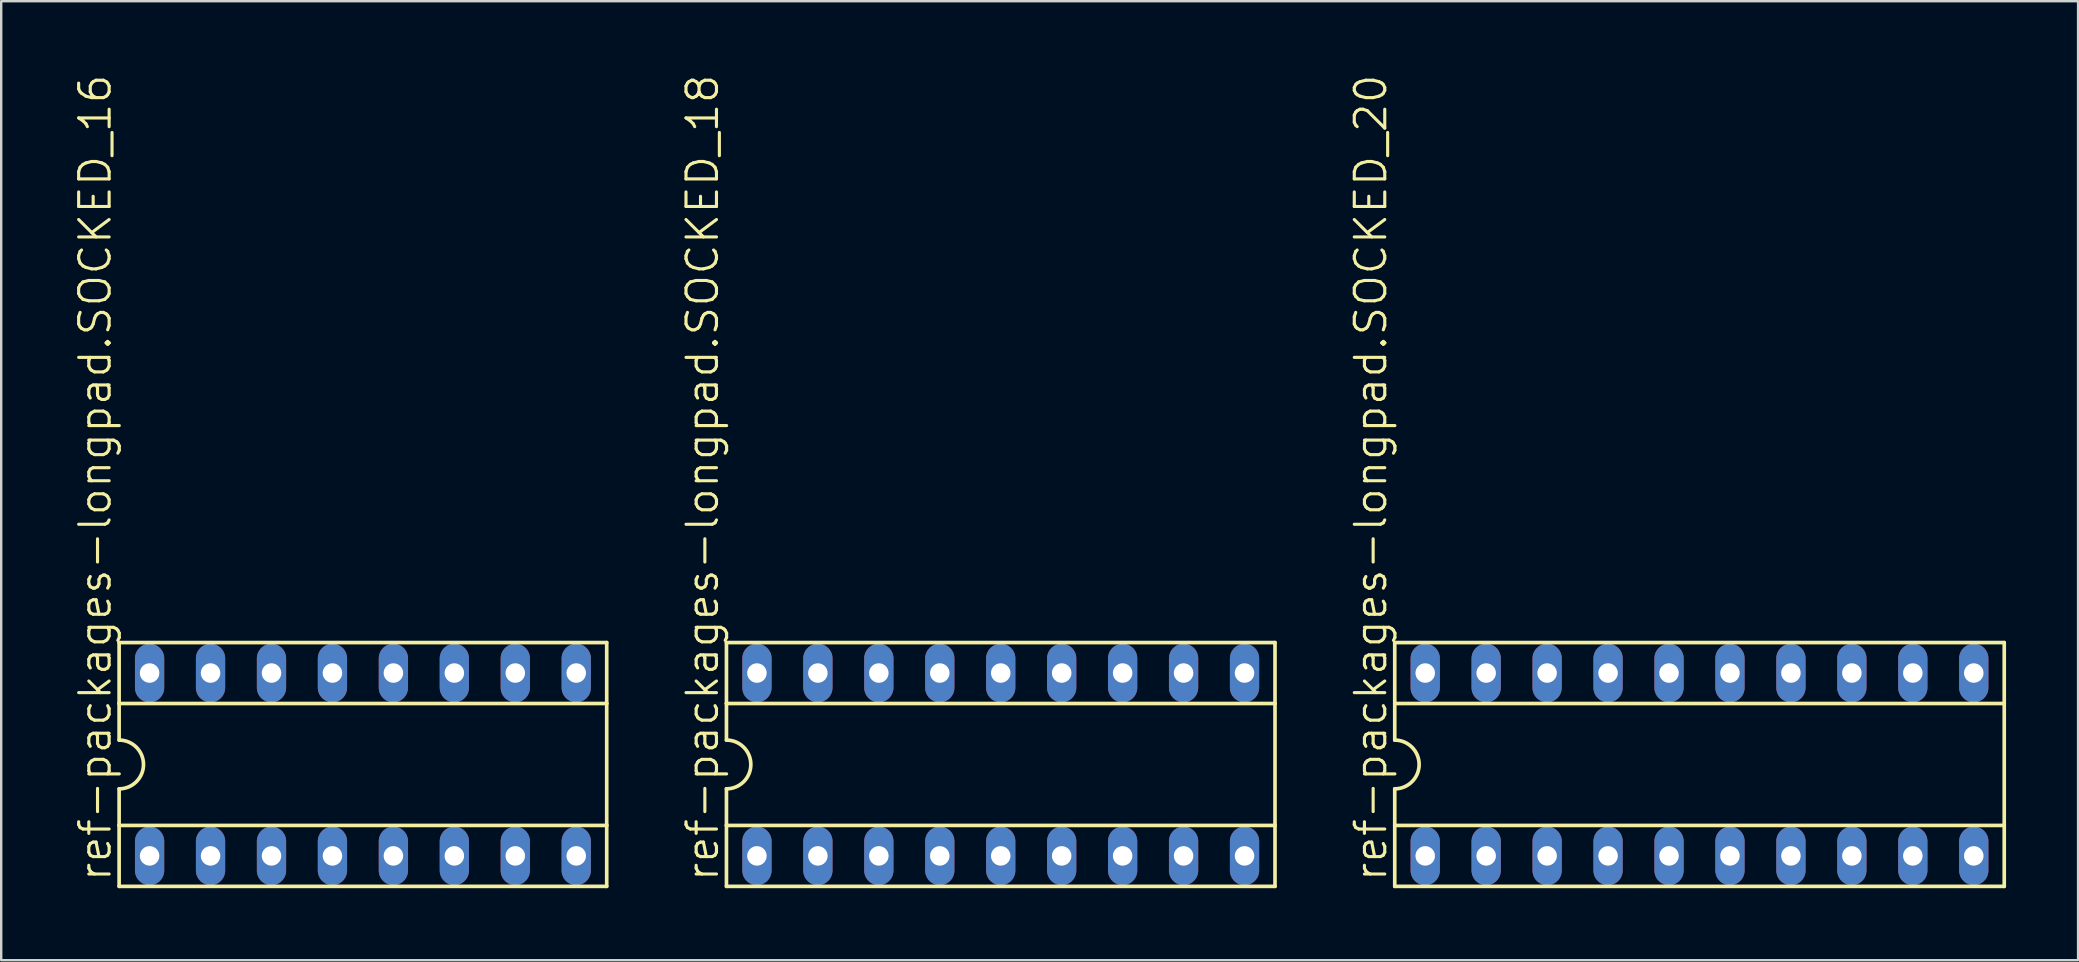
<source format=kicad_pcb>
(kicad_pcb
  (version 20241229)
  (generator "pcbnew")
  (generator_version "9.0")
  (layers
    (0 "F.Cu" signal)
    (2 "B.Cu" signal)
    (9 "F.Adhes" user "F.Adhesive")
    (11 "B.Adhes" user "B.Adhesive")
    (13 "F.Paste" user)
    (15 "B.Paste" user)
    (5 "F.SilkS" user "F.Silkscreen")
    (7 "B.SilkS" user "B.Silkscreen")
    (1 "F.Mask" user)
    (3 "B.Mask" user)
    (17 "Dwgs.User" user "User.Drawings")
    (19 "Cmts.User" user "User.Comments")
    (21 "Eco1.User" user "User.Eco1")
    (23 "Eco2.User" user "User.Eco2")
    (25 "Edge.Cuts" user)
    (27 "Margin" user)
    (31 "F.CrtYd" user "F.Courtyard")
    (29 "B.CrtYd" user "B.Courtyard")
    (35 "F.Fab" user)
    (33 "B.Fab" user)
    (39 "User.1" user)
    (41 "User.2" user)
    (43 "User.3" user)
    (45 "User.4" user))
  (footprint "ref-packages-longpad.SOCKED_16"
    (layer "F.Cu")
    (at 12.074 28.808)
    (property "Reference" "ref-packages-longpad.SOCKED_16" (at -10.414 4.953 90) (layer "F.SilkS") (effects (font (size 1.27 1.27) (thickness 0.13)) (justify left bottom)))
    (attr through_hole)
    (fp_line (start -10.16 -5.08) (end -10.16 -2.54) (stroke (width 0.152) (type default)) (layer "F.SilkS"))
    (fp_line (start -10.16 -2.54) (end -10.16 -1.016) (stroke (width 0.152) (type default)) (layer "F.SilkS"))
    (fp_line (start -10.16 -2.54) (end 10.16 -2.54) (stroke (width 0.152) (type default)) (layer "F.SilkS"))
    (fp_line (start -10.16 2.54) (end -10.16 1.016) (stroke (width 0.152) (type default)) (layer "F.SilkS"))
    (fp_line (start -10.16 2.54) (end 10.16 2.54) (stroke (width 0.152) (type default)) (layer "F.SilkS"))
    (fp_line (start -10.16 5.08) (end -10.16 2.54) (stroke (width 0.152) (type default)) (layer "F.SilkS"))
    (fp_line (start -10.16 5.08) (end 10.16 5.08) (stroke (width 0.152) (type default)) (layer "F.SilkS"))
    (fp_line (start 10.16 -5.08) (end -10.16 -5.08) (stroke (width 0.152) (type default)) (layer "F.SilkS"))
    (fp_line (start 10.16 -5.08) (end 10.16 -2.54) (stroke (width 0.152) (type default)) (layer "F.SilkS"))
    (fp_line (start 10.16 -2.54) (end 10.16 2.54) (stroke (width 0.152) (type default)) (layer "F.SilkS"))
    (fp_line (start 10.16 2.54) (end 10.16 5.08) (stroke (width 0.152) (type default)) (layer "F.SilkS"))
    (fp_arc (start -10.16 -1.016) (mid -9.144 0) (end -10.16 1.016) (stroke (width 0.1524) (type default)) (layer "F.SilkS"))
    (pad "1" thru_hole oval (at -8.89 3.81 90) (size 2.438 1.219) (drill 0.813) (layers "*.Cu" "*.Mask"))
    (pad "2" thru_hole oval (at -6.35 3.81 90) (size 2.438 1.219) (drill 0.813) (layers "*.Cu" "*.Mask"))
    (pad "3" thru_hole oval (at -3.81 3.81 90) (size 2.438 1.219) (drill 0.813) (layers "*.Cu" "*.Mask"))
    (pad "4" thru_hole oval (at -1.27 3.81 90) (size 2.438 1.219) (drill 0.813) (layers "*.Cu" "*.Mask"))
    (pad "5" thru_hole oval (at 1.27 3.81 90) (size 2.438 1.219) (drill 0.813) (layers "*.Cu" "*.Mask"))
    (pad "6" thru_hole oval (at 3.81 3.81 90) (size 2.438 1.219) (drill 0.813) (layers "*.Cu" "*.Mask"))
    (pad "7" thru_hole oval (at 6.35 3.81 90) (size 2.438 1.219) (drill 0.813) (layers "*.Cu" "*.Mask"))
    (pad "8" thru_hole oval (at 8.89 3.81 90) (size 2.438 1.219) (drill 0.813) (layers "*.Cu" "*.Mask"))
    (pad "9" thru_hole oval (at 8.89 -3.81 90) (size 2.438 1.219) (drill 0.813) (layers "*.Cu" "*.Mask"))
    (pad "10" thru_hole oval (at 6.35 -3.81 90) (size 2.438 1.219) (drill 0.813) (layers "*.Cu" "*.Mask"))
    (pad "11" thru_hole oval (at 3.81 -3.81 90) (size 2.438 1.219) (drill 0.813) (layers "*.Cu" "*.Mask"))
    (pad "12" thru_hole oval (at 1.27 -3.81 90) (size 2.438 1.219) (drill 0.813) (layers "*.Cu" "*.Mask"))
    (pad "13" thru_hole oval (at -1.27 -3.81 90) (size 2.438 1.219) (drill 0.813) (layers "*.Cu" "*.Mask"))
    (pad "14" thru_hole oval (at -3.81 -3.81 90) (size 2.438 1.219) (drill 0.813) (layers "*.Cu" "*.Mask"))
    (pad "15" thru_hole oval (at -6.35 -3.81 90) (size 2.438 1.219) (drill 0.813) (layers "*.Cu" "*.Mask"))
    (pad "16" thru_hole oval (at -8.89 -3.81 90) (size 2.438 1.219) (drill 0.813) (layers "*.Cu" "*.Mask")))
  (footprint "ref-packages-longpad.SOCKED_18"
    (layer "F.Cu")
    (at 38.654 28.808)
    (property "Reference" "ref-packages-longpad.SOCKED_18" (at -11.684 4.953 90) (layer "F.SilkS") (effects (font (size 1.27 1.27) (thickness 0.13)) (justify left bottom)))
    (attr through_hole)
    (fp_line (start -11.43 -5.08) (end -11.43 -2.54) (stroke (width 0.152) (type default)) (layer "F.SilkS"))
    (fp_line (start -11.43 -2.54) (end -11.43 -1.016) (stroke (width 0.152) (type default)) (layer "F.SilkS"))
    (fp_line (start -11.43 -2.54) (end 11.43 -2.54) (stroke (width 0.152) (type default)) (layer "F.SilkS"))
    (fp_line (start -11.43 2.54) (end -11.43 1.016) (stroke (width 0.152) (type default)) (layer "F.SilkS"))
    (fp_line (start -11.43 2.54) (end 11.43 2.54) (stroke (width 0.152) (type default)) (layer "F.SilkS"))
    (fp_line (start -11.43 5.08) (end -11.43 2.54) (stroke (width 0.152) (type default)) (layer "F.SilkS"))
    (fp_line (start -11.43 5.08) (end 11.43 5.08) (stroke (width 0.152) (type default)) (layer "F.SilkS"))
    (fp_line (start 11.43 -5.08) (end -11.43 -5.08) (stroke (width 0.152) (type default)) (layer "F.SilkS"))
    (fp_line (start 11.43 -5.08) (end 11.43 -2.54) (stroke (width 0.152) (type default)) (layer "F.SilkS"))
    (fp_line (start 11.43 -2.54) (end 11.43 2.54) (stroke (width 0.152) (type default)) (layer "F.SilkS"))
    (fp_line (start 11.43 2.54) (end 11.43 5.08) (stroke (width 0.152) (type default)) (layer "F.SilkS"))
    (fp_arc (start -11.43 -1.016) (mid -10.414 0) (end -11.43 1.016) (stroke (width 0.1524) (type default)) (layer "F.SilkS"))
    (pad "1" thru_hole oval (at -10.16 3.81 90) (size 2.438 1.219) (drill 0.813) (layers "*.Cu" "*.Mask"))
    (pad "2" thru_hole oval (at -7.62 3.81 90) (size 2.438 1.219) (drill 0.813) (layers "*.Cu" "*.Mask"))
    (pad "3" thru_hole oval (at -5.08 3.81 90) (size 2.438 1.219) (drill 0.813) (layers "*.Cu" "*.Mask"))
    (pad "4" thru_hole oval (at -2.54 3.81 90) (size 2.438 1.219) (drill 0.813) (layers "*.Cu" "*.Mask"))
    (pad "5" thru_hole oval (at 0 3.81 90) (size 2.438 1.219) (drill 0.813) (layers "*.Cu" "*.Mask"))
    (pad "6" thru_hole oval (at 2.54 3.81 90) (size 2.438 1.219) (drill 0.813) (layers "*.Cu" "*.Mask"))
    (pad "7" thru_hole oval (at 5.08 3.81 90) (size 2.438 1.219) (drill 0.813) (layers "*.Cu" "*.Mask"))
    (pad "8" thru_hole oval (at 7.62 3.81 90) (size 2.438 1.219) (drill 0.813) (layers "*.Cu" "*.Mask"))
    (pad "9" thru_hole oval (at 10.16 3.81 90) (size 2.438 1.219) (drill 0.813) (layers "*.Cu" "*.Mask"))
    (pad "10" thru_hole oval (at 10.16 -3.81 90) (size 2.438 1.219) (drill 0.813) (layers "*.Cu" "*.Mask"))
    (pad "11" thru_hole oval (at 7.62 -3.81 90) (size 2.438 1.219) (drill 0.813) (layers "*.Cu" "*.Mask"))
    (pad "12" thru_hole oval (at 5.08 -3.81 90) (size 2.438 1.219) (drill 0.813) (layers "*.Cu" "*.Mask"))
    (pad "13" thru_hole oval (at 2.54 -3.81 90) (size 2.438 1.219) (drill 0.813) (layers "*.Cu" "*.Mask"))
    (pad "14" thru_hole oval (at 0 -3.81 90) (size 2.438 1.219) (drill 0.813) (layers "*.Cu" "*.Mask"))
    (pad "15" thru_hole oval (at -2.54 -3.81 90) (size 2.438 1.219) (drill 0.813) (layers "*.Cu" "*.Mask"))
    (pad "16" thru_hole oval (at -5.08 -3.81 90) (size 2.438 1.219) (drill 0.813) (layers "*.Cu" "*.Mask"))
    (pad "17" thru_hole oval (at -7.62 -3.81 90) (size 2.438 1.219) (drill 0.813) (layers "*.Cu" "*.Mask"))
    (pad "18" thru_hole oval (at -10.16 -3.81 90) (size 2.438 1.219) (drill 0.813) (layers "*.Cu" "*.Mask")))
  (footprint "ref-packages-longpad.SOCKED_20"
    (layer "F.Cu")
    (at 67.774 28.808)
    (property "Reference" "ref-packages-longpad.SOCKED_20" (at -12.954 4.953 90) (layer "F.SilkS") (effects (font (size 1.27 1.27) (thickness 0.13)) (justify left bottom)))
    (attr through_hole)
    (fp_line (start -12.7 -5.08) (end -12.7 -2.54) (stroke (width 0.152) (type default)) (layer "F.SilkS"))
    (fp_line (start -12.7 -2.54) (end -12.7 -1.016) (stroke (width 0.152) (type default)) (layer "F.SilkS"))
    (fp_line (start -12.7 -2.54) (end 12.7 -2.54) (stroke (width 0.152) (type default)) (layer "F.SilkS"))
    (fp_line (start -12.7 2.54) (end -12.7 1.016) (stroke (width 0.152) (type default)) (layer "F.SilkS"))
    (fp_line (start -12.7 2.54) (end 12.7 2.54) (stroke (width 0.152) (type default)) (layer "F.SilkS"))
    (fp_line (start -12.7 5.08) (end -12.7 2.54) (stroke (width 0.152) (type default)) (layer "F.SilkS"))
    (fp_line (start -12.7 5.08) (end 12.7 5.08) (stroke (width 0.152) (type default)) (layer "F.SilkS"))
    (fp_line (start 12.7 -5.08) (end -12.7 -5.08) (stroke (width 0.152) (type default)) (layer "F.SilkS"))
    (fp_line (start 12.7 -5.08) (end 12.7 -2.54) (stroke (width 0.152) (type default)) (layer "F.SilkS"))
    (fp_line (start 12.7 -2.54) (end 12.7 2.54) (stroke (width 0.152) (type default)) (layer "F.SilkS"))
    (fp_line (start 12.7 2.54) (end 12.7 5.08) (stroke (width 0.152) (type default)) (layer "F.SilkS"))
    (fp_arc (start -12.7 -1.016) (mid -11.684 0) (end -12.7 1.016) (stroke (width 0.1524) (type default)) (layer "F.SilkS"))
    (pad "1" thru_hole oval (at -11.43 3.81 90) (size 2.438 1.219) (drill 0.813) (layers "*.Cu" "*.Mask"))
    (pad "2" thru_hole oval (at -8.89 3.81 90) (size 2.438 1.219) (drill 0.813) (layers "*.Cu" "*.Mask"))
    (pad "3" thru_hole oval (at -6.35 3.81 90) (size 2.438 1.219) (drill 0.813) (layers "*.Cu" "*.Mask"))
    (pad "4" thru_hole oval (at -3.81 3.81 90) (size 2.438 1.219) (drill 0.813) (layers "*.Cu" "*.Mask"))
    (pad "5" thru_hole oval (at -1.27 3.81 90) (size 2.438 1.219) (drill 0.813) (layers "*.Cu" "*.Mask"))
    (pad "6" thru_hole oval (at 1.27 3.81 90) (size 2.438 1.219) (drill 0.813) (layers "*.Cu" "*.Mask"))
    (pad "7" thru_hole oval (at 3.81 3.81 90) (size 2.438 1.219) (drill 0.813) (layers "*.Cu" "*.Mask"))
    (pad "8" thru_hole oval (at 6.35 3.81 90) (size 2.438 1.219) (drill 0.813) (layers "*.Cu" "*.Mask"))
    (pad "9" thru_hole oval (at 8.89 3.81 90) (size 2.438 1.219) (drill 0.813) (layers "*.Cu" "*.Mask"))
    (pad "10" thru_hole oval (at 11.43 3.81 90) (size 2.438 1.219) (drill 0.813) (layers "*.Cu" "*.Mask"))
    (pad "11" thru_hole oval (at 11.43 -3.81 90) (size 2.438 1.219) (drill 0.813) (layers "*.Cu" "*.Mask"))
    (pad "12" thru_hole oval (at 8.89 -3.81 90) (size 2.438 1.219) (drill 0.813) (layers "*.Cu" "*.Mask"))
    (pad "13" thru_hole oval (at 6.35 -3.81 90) (size 2.438 1.219) (drill 0.813) (layers "*.Cu" "*.Mask"))
    (pad "14" thru_hole oval (at 3.81 -3.81 90) (size 2.438 1.219) (drill 0.813) (layers "*.Cu" "*.Mask"))
    (pad "15" thru_hole oval (at 1.27 -3.81 90) (size 2.438 1.219) (drill 0.813) (layers "*.Cu" "*.Mask"))
    (pad "16" thru_hole oval (at -1.27 -3.81 90) (size 2.438 1.219) (drill 0.813) (layers "*.Cu" "*.Mask"))
    (pad "17" thru_hole oval (at -3.81 -3.81 90) (size 2.438 1.219) (drill 0.813) (layers "*.Cu" "*.Mask"))
    (pad "18" thru_hole oval (at -6.35 -3.81 90) (size 2.438 1.219) (drill 0.813) (layers "*.Cu" "*.Mask"))
    (pad "19" thru_hole oval (at -8.89 -3.81 90) (size 2.438 1.219) (drill 0.813) (layers "*.Cu" "*.Mask"))
    (pad "20" thru_hole oval (at -11.43 -3.81 90) (size 2.438 1.219) (drill 0.813) (layers "*.Cu" "*.Mask")))
  (gr_rect
    (start -3 -3)
    (end 83.551 36.964)
    (stroke (width 0.1) (type default))
    (fill no)
    (layer "Edge.Cuts")))
</source>
